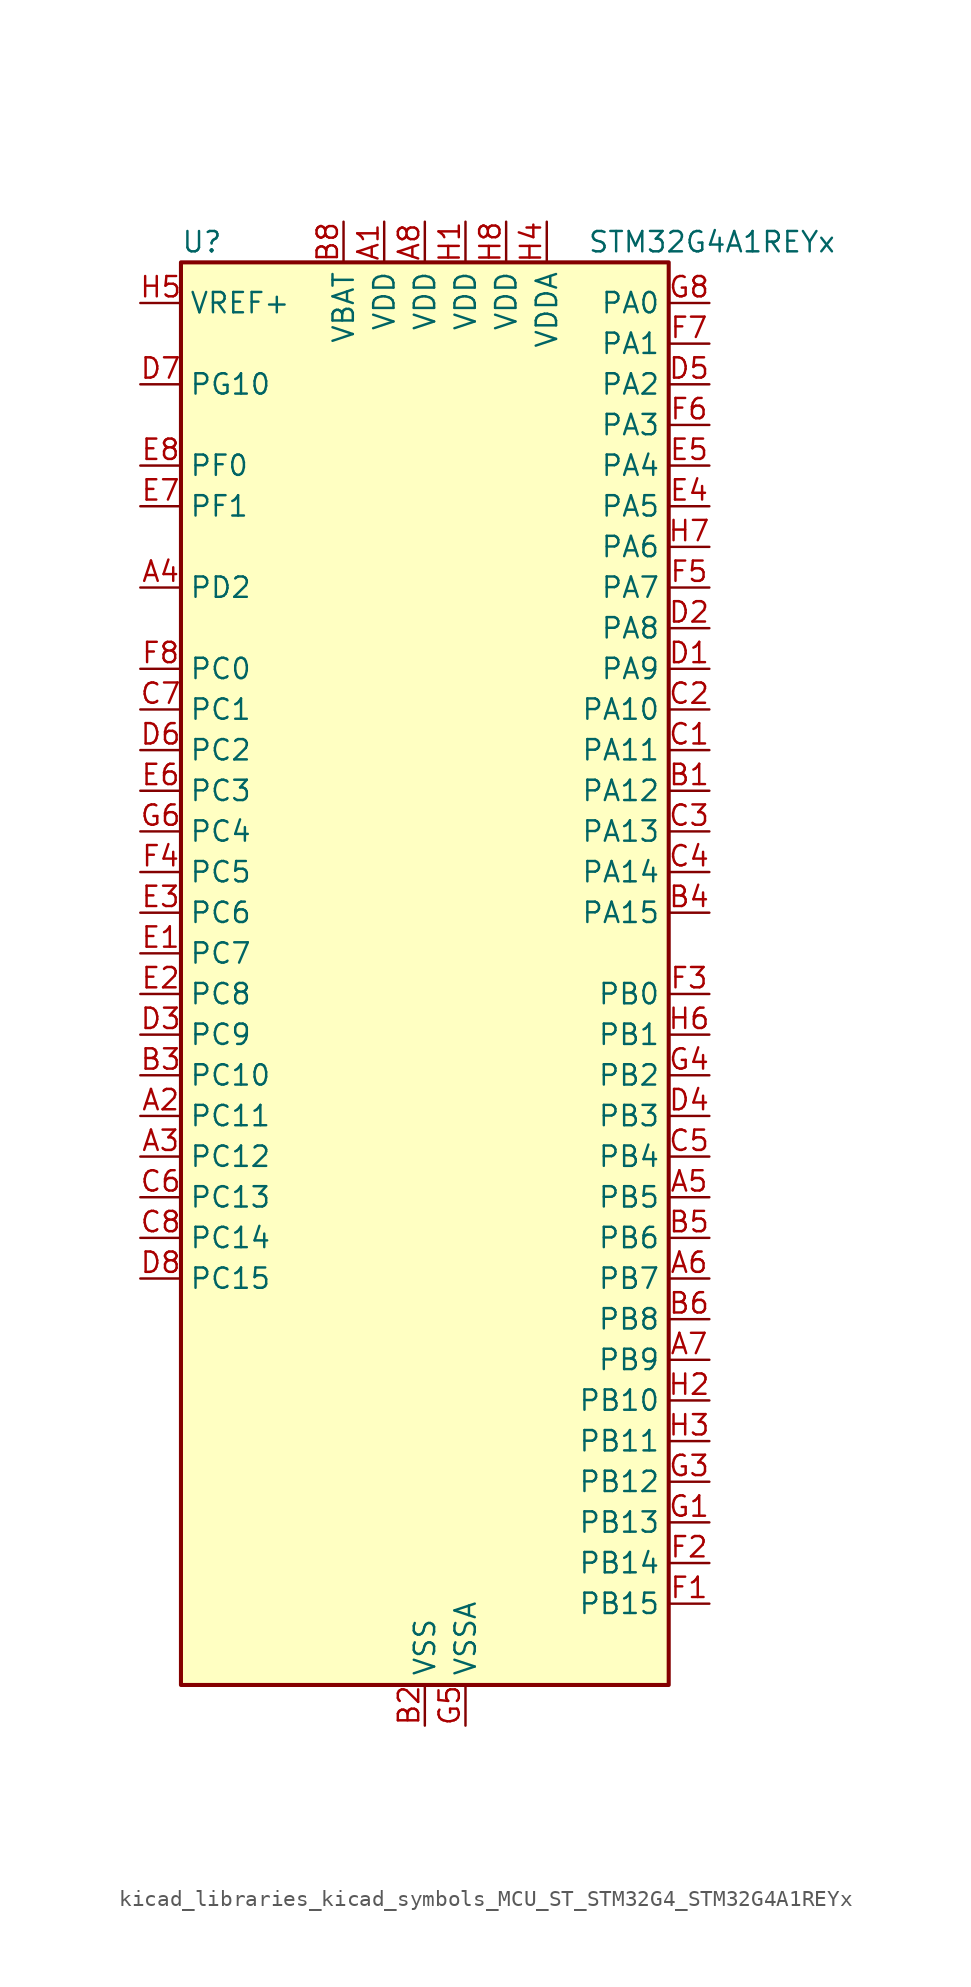
<source format=kicad_sym>
(kicad_symbol_lib
  (version 20220914)
  (generator kicad_symbol_editor)
  (symbol "kicad_libraries_kicad_symbols_MCU_ST_STM32G4_STM32G4A1REYx"
    (property "Reference" "U"
      (at -15.24 46.99 0)
      (effects (font (size 1.27 1.27)) (justify left)))
    (property "Value" "STM32G4A1REYx"
      (at 10.16 46.99 0)
      (effects (font (size 1.27 1.27)) (justify left)))
    (property "ki_locked" ""
      (at 0 0 0)
      (effects (font (size 1.27 1.27))))
    (symbol "kicad_libraries_kicad_symbols_MCU_ST_STM32G4_STM32G4A1REYx_0_1"
      (rectangle (start -15.24 -43.18) (end 15.24 45.72) (stroke (width 0.254) (type default)) (fill (type background))))
    (symbol "kicad_libraries_kicad_symbols_MCU_ST_STM32G4_STM32G4A1REYx_1_1"
      (pin power_in line (at -2.54 48.26 270) (length 2.54) (name "VDD" (effects (font (size 1.27 1.27)))) (number "A1" (effects (font (size 1.27 1.27)))))
      (pin bidirectional line (at -17.78 -7.62 0) (length 2.54) (name "PC11" (effects (font (size 1.27 1.27)))) (number "A2" (effects (font (size 1.27 1.27)))) (alternate "ADC1_EXTI11" bidirectional line) (alternate "ADC2_EXTI11" bidirectional line) (alternate "I2C3_SDA" bidirectional line) (alternate "SPI3_MISO" bidirectional line) (alternate "TIM8_CH2N" bidirectional line) (alternate "UART4_RX" bidirectional line) (alternate "USART3_RX" bidirectional line))
      (pin bidirectional line (at -17.78 -10.16 0) (length 2.54) (name "PC12" (effects (font (size 1.27 1.27)))) (number "A3" (effects (font (size 1.27 1.27)))) (alternate "I2S3_SD" bidirectional line) (alternate "SPI3_MOSI" bidirectional line) (alternate "TIM8_CH3N" bidirectional line) (alternate "UART5_TX" bidirectional line) (alternate "UCPD1_FRSTX1" bidirectional line) (alternate "UCPD1_FRSTX2" bidirectional line) (alternate "USART3_CK" bidirectional line))
      (pin bidirectional line (at -17.78 25.4 0) (length 2.54) (name "PD2" (effects (font (size 1.27 1.27)))) (number "A4" (effects (font (size 1.27 1.27)))) (alternate "ADC3_EXTI2" bidirectional line) (alternate "TIM3_ETR" bidirectional line) (alternate "TIM8_BKIN" bidirectional line) (alternate "UART5_RX" bidirectional line))
      (pin bidirectional line (at 17.78 -12.7 180) (length 2.54) (name "PB5" (effects (font (size 1.27 1.27)))) (number "A5" (effects (font (size 1.27 1.27)))) (alternate "FDCAN2_RX" bidirectional line) (alternate "I2C1_SMBA" bidirectional line) (alternate "I2C3_SDA" bidirectional line) (alternate "I2S3_SD" bidirectional line) (alternate "LPTIM1_IN1" bidirectional line) (alternate "SAI1_SD_B" bidirectional line) (alternate "SPI1_MOSI" bidirectional line) (alternate "SPI3_MOSI" bidirectional line) (alternate "TIM16_BKIN" bidirectional line) (alternate "TIM17_CH1" bidirectional line) (alternate "TIM3_CH2" bidirectional line) (alternate "TIM8_CH3N" bidirectional line) (alternate "UART5_CTS" bidirectional line) (alternate "USART2_CK" bidirectional line))
      (pin bidirectional line (at 17.78 -17.78 180) (length 2.54) (name "PB7" (effects (font (size 1.27 1.27)))) (number "A6" (effects (font (size 1.27 1.27)))) (alternate "COMP3_OUT" bidirectional line) (alternate "I2C1_SDA" bidirectional line) (alternate "LPTIM1_IN2" bidirectional line) (alternate "SYS_PVD_IN" bidirectional line) (alternate "TIM17_CH1N" bidirectional line) (alternate "TIM3_CH4" bidirectional line) (alternate "TIM4_CH2" bidirectional line) (alternate "TIM8_BKIN" bidirectional line) (alternate "UART4_CTS" bidirectional line) (alternate "USART1_RX" bidirectional line))
      (pin bidirectional line (at 17.78 -22.86 180) (length 2.54) (name "PB9" (effects (font (size 1.27 1.27)))) (number "A7" (effects (font (size 1.27 1.27)))) (alternate "COMP2_OUT" bidirectional line) (alternate "DAC1_EXTI9" bidirectional line) (alternate "DAC3_EXTI9" bidirectional line) (alternate "FDCAN1_TX" bidirectional line) (alternate "I2C1_SDA" bidirectional line) (alternate "IR_OUT" bidirectional line) (alternate "SAI1_D2" bidirectional line) (alternate "SAI1_FS_A" bidirectional line) (alternate "TIM17_CH1" bidirectional line) (alternate "TIM1_CH3N" bidirectional line) (alternate "TIM4_CH4" bidirectional line) (alternate "TIM8_CH3" bidirectional line) (alternate "USART3_TX" bidirectional line))
      (pin power_in line (at 0 48.26 270) (length 2.54) (name "VDD" (effects (font (size 1.27 1.27)))) (number "A8" (effects (font (size 1.27 1.27)))))
      (pin bidirectional line (at 17.78 12.7 180) (length 2.54) (name "PA12" (effects (font (size 1.27 1.27)))) (number "B1" (effects (font (size 1.27 1.27)))) (alternate "COMP2_OUT" bidirectional line) (alternate "FDCAN1_TX" bidirectional line) (alternate "I2S_CKIN" bidirectional line) (alternate "TIM16_CH1" bidirectional line) (alternate "TIM1_CH2N" bidirectional line) (alternate "TIM1_ETR" bidirectional line) (alternate "TIM4_CH2" bidirectional line) (alternate "USART1_DE" bidirectional line) (alternate "USART1_RTS" bidirectional line) (alternate "USB_DP" bidirectional line))
      (pin power_in line (at 0 -45.72 90) (length 2.54) (name "VSS" (effects (font (size 1.27 1.27)))) (number "B2" (effects (font (size 1.27 1.27)))))
      (pin bidirectional line (at -17.78 -5.08 0) (length 2.54) (name "PC10" (effects (font (size 1.27 1.27)))) (number "B3" (effects (font (size 1.27 1.27)))) (alternate "DAC1_EXTI10" bidirectional line) (alternate "DAC3_EXTI10" bidirectional line) (alternate "I2S3_CK" bidirectional line) (alternate "SPI3_SCK" bidirectional line) (alternate "TIM8_CH1N" bidirectional line) (alternate "UART4_TX" bidirectional line) (alternate "USART3_TX" bidirectional line))
      (pin bidirectional line (at 17.78 5.08 180) (length 2.54) (name "PA15" (effects (font (size 1.27 1.27)))) (number "B4" (effects (font (size 1.27 1.27)))) (alternate "ADC1_EXTI15" bidirectional line) (alternate "ADC2_EXTI15" bidirectional line) (alternate "I2C1_SCL" bidirectional line) (alternate "I2S3_WS" bidirectional line) (alternate "SPI1_NSS" bidirectional line) (alternate "SPI3_NSS" bidirectional line) (alternate "SYS_JTDI" bidirectional line) (alternate "TIM1_BKIN" bidirectional line) (alternate "TIM20_ETR" bidirectional line) (alternate "TIM2_CH1" bidirectional line) (alternate "TIM2_ETR" bidirectional line) (alternate "TIM8_CH1" bidirectional line) (alternate "UART4_DE" bidirectional line) (alternate "UART4_RTS" bidirectional line) (alternate "USART2_RX" bidirectional line))
      (pin bidirectional line (at 17.78 -15.24 180) (length 2.54) (name "PB6" (effects (font (size 1.27 1.27)))) (number "B5" (effects (font (size 1.27 1.27)))) (alternate "COMP4_OUT" bidirectional line) (alternate "FDCAN2_TX" bidirectional line) (alternate "LPTIM1_ETR" bidirectional line) (alternate "SAI1_FS_B" bidirectional line) (alternate "TIM16_CH1N" bidirectional line) (alternate "TIM4_CH1" bidirectional line) (alternate "TIM8_BKIN2" bidirectional line) (alternate "TIM8_CH1" bidirectional line) (alternate "TIM8_ETR" bidirectional line) (alternate "UCPD1_CC1" bidirectional line) (alternate "USART1_TX" bidirectional line))
      (pin bidirectional line (at 17.78 -20.32 180) (length 2.54) (name "PB8" (effects (font (size 1.27 1.27)))) (number "B6" (effects (font (size 1.27 1.27)))) (alternate "COMP1_OUT" bidirectional line) (alternate "FDCAN1_RX" bidirectional line) (alternate "I2C1_SCL" bidirectional line) (alternate "SAI1_CK1" bidirectional line) (alternate "SAI1_MCLK_A" bidirectional line) (alternate "TIM16_CH1" bidirectional line) (alternate "TIM1_BKIN" bidirectional line) (alternate "TIM4_CH3" bidirectional line) (alternate "TIM8_CH2" bidirectional line) (alternate "USART3_RX" bidirectional line))
      (pin passive line (at 0 -45.72 90) (length 2.54) hide (name "VSS" (effects (font (size 1.27 1.27)))) (number "B7" (effects (font (size 1.27 1.27)))))
      (pin power_in line (at -5.08 48.26 270) (length 2.54) (name "VBAT" (effects (font (size 1.27 1.27)))) (number "B8" (effects (font (size 1.27 1.27)))))
      (pin bidirectional line (at 17.78 15.24 180) (length 2.54) (name "PA11" (effects (font (size 1.27 1.27)))) (number "C1" (effects (font (size 1.27 1.27)))) (alternate "ADC1_EXTI11" bidirectional line) (alternate "ADC2_EXTI11" bidirectional line) (alternate "COMP1_OUT" bidirectional line) (alternate "FDCAN1_RX" bidirectional line) (alternate "I2S2_SD" bidirectional line) (alternate "SPI2_MOSI" bidirectional line) (alternate "TIM1_BKIN2" bidirectional line) (alternate "TIM1_CH1N" bidirectional line) (alternate "TIM1_CH4" bidirectional line) (alternate "TIM4_CH1" bidirectional line) (alternate "USART1_CTS" bidirectional line) (alternate "USART1_NSS" bidirectional line) (alternate "USB_DM" bidirectional line))
      (pin bidirectional line (at 17.78 17.78 180) (length 2.54) (name "PA10" (effects (font (size 1.27 1.27)))) (number "C2" (effects (font (size 1.27 1.27)))) (alternate "CRS_SYNC" bidirectional line) (alternate "DAC1_EXTI10" bidirectional line) (alternate "DAC3_EXTI10" bidirectional line) (alternate "I2C2_SMBA" bidirectional line) (alternate "SAI1_D1" bidirectional line) (alternate "SAI1_SD_A" bidirectional line) (alternate "SPI2_MISO" bidirectional line) (alternate "TIM17_BKIN" bidirectional line) (alternate "TIM1_CH3" bidirectional line) (alternate "TIM2_CH4" bidirectional line) (alternate "TIM8_BKIN" bidirectional line) (alternate "UCPD1_DBCC2" bidirectional line) (alternate "USART1_RX" bidirectional line))
      (pin bidirectional line (at 17.78 10.16 180) (length 2.54) (name "PA13" (effects (font (size 1.27 1.27)))) (number "C3" (effects (font (size 1.27 1.27)))) (alternate "I2C1_SCL" bidirectional line) (alternate "IR_OUT" bidirectional line) (alternate "SAI1_SD_B" bidirectional line) (alternate "SYS_JTMS-SWDIO" bidirectional line) (alternate "TIM16_CH1N" bidirectional line) (alternate "TIM4_CH3" bidirectional line) (alternate "USART3_CTS" bidirectional line) (alternate "USART3_NSS" bidirectional line))
      (pin bidirectional line (at 17.78 7.62 180) (length 2.54) (name "PA14" (effects (font (size 1.27 1.27)))) (number "C4" (effects (font (size 1.27 1.27)))) (alternate "I2C1_SDA" bidirectional line) (alternate "LPTIM1_OUT" bidirectional line) (alternate "SAI1_FS_B" bidirectional line) (alternate "SYS_JTCK-SWCLK" bidirectional line) (alternate "TIM1_BKIN" bidirectional line) (alternate "TIM8_CH2" bidirectional line) (alternate "USART2_TX" bidirectional line))
      (pin bidirectional line (at 17.78 -10.16 180) (length 2.54) (name "PB4" (effects (font (size 1.27 1.27)))) (number "C5" (effects (font (size 1.27 1.27)))) (alternate "SAI1_MCLK_B" bidirectional line) (alternate "SPI1_MISO" bidirectional line) (alternate "SPI3_MISO" bidirectional line) (alternate "SYS_JTRST" bidirectional line) (alternate "TIM16_CH1" bidirectional line) (alternate "TIM17_BKIN" bidirectional line) (alternate "TIM3_CH1" bidirectional line) (alternate "TIM8_CH2N" bidirectional line) (alternate "UART5_DE" bidirectional line) (alternate "UART5_RTS" bidirectional line) (alternate "UCPD1_CC2" bidirectional line) (alternate "USART2_RX" bidirectional line))
      (pin bidirectional line (at -17.78 -12.7 0) (length 2.54) (name "PC13" (effects (font (size 1.27 1.27)))) (number "C6" (effects (font (size 1.27 1.27)))) (alternate "RTC_OUT1" bidirectional line) (alternate "RTC_TAMP1" bidirectional line) (alternate "RTC_TS" bidirectional line) (alternate "SYS_WKUP2" bidirectional line) (alternate "TIM1_BKIN" bidirectional line) (alternate "TIM1_CH1N" bidirectional line) (alternate "TIM8_CH4N" bidirectional line))
      (pin bidirectional line (at -17.78 17.78 0) (length 2.54) (name "PC1" (effects (font (size 1.27 1.27)))) (number "C7" (effects (font (size 1.27 1.27)))) (alternate "ADC1_IN7" bidirectional line) (alternate "ADC2_IN7" bidirectional line) (alternate "COMP3_INP" bidirectional line) (alternate "LPTIM1_OUT" bidirectional line) (alternate "LPUART1_TX" bidirectional line) (alternate "QUADSPI1_BK2_IO0" bidirectional line) (alternate "SAI1_SD_A" bidirectional line) (alternate "TIM1_CH2" bidirectional line))
      (pin bidirectional line (at -17.78 -15.24 0) (length 2.54) (name "PC14" (effects (font (size 1.27 1.27)))) (number "C8" (effects (font (size 1.27 1.27)))) (alternate "RCC_OSC32_IN" bidirectional line))
      (pin bidirectional line (at 17.78 20.32 180) (length 2.54) (name "PA9" (effects (font (size 1.27 1.27)))) (number "D1" (effects (font (size 1.27 1.27)))) (alternate "DAC1_EXTI9" bidirectional line) (alternate "DAC3_EXTI9" bidirectional line) (alternate "I2C2_SCL" bidirectional line) (alternate "I2C3_SMBA" bidirectional line) (alternate "I2S3_MCK" bidirectional line) (alternate "SAI1_FS_A" bidirectional line) (alternate "TIM15_BKIN" bidirectional line) (alternate "TIM1_CH2" bidirectional line) (alternate "TIM2_CH3" bidirectional line) (alternate "UCPD1_DBCC1" bidirectional line) (alternate "USART1_TX" bidirectional line))
      (pin bidirectional line (at 17.78 22.86 180) (length 2.54) (name "PA8" (effects (font (size 1.27 1.27)))) (number "D2" (effects (font (size 1.27 1.27)))) (alternate "I2C2_SDA" bidirectional line) (alternate "I2C3_SCL" bidirectional line) (alternate "I2S2_MCK" bidirectional line) (alternate "RCC_MCO" bidirectional line) (alternate "SAI1_CK2" bidirectional line) (alternate "SAI1_SCK_A" bidirectional line) (alternate "TIM1_CH1" bidirectional line) (alternate "TIM4_ETR" bidirectional line) (alternate "USART1_CK" bidirectional line))
      (pin bidirectional line (at -17.78 -2.54 0) (length 2.54) (name "PC9" (effects (font (size 1.27 1.27)))) (number "D3" (effects (font (size 1.27 1.27)))) (alternate "DAC1_EXTI9" bidirectional line) (alternate "DAC3_EXTI9" bidirectional line) (alternate "I2C3_SDA" bidirectional line) (alternate "I2S_CKIN" bidirectional line) (alternate "TIM3_CH4" bidirectional line) (alternate "TIM8_BKIN2" bidirectional line) (alternate "TIM8_CH4" bidirectional line))
      (pin bidirectional line (at 17.78 -7.62 180) (length 2.54) (name "PB3" (effects (font (size 1.27 1.27)))) (number "D4" (effects (font (size 1.27 1.27)))) (alternate "ADC3_EXTI3" bidirectional line) (alternate "CRS_SYNC" bidirectional line) (alternate "I2S3_CK" bidirectional line) (alternate "SAI1_SCK_B" bidirectional line) (alternate "SPI1_SCK" bidirectional line) (alternate "SPI3_SCK" bidirectional line) (alternate "SYS_JTDO-SWO" bidirectional line) (alternate "TIM2_CH2" bidirectional line) (alternate "TIM3_ETR" bidirectional line) (alternate "TIM4_ETR" bidirectional line) (alternate "TIM8_CH1N" bidirectional line) (alternate "USART2_TX" bidirectional line))
      (pin bidirectional line (at 17.78 38.1 180) (length 2.54) (name "PA2" (effects (font (size 1.27 1.27)))) (number "D5" (effects (font (size 1.27 1.27)))) (alternate "ADC1_IN3" bidirectional line) (alternate "ADC3_EXTI2" bidirectional line) (alternate "COMP2_INM" bidirectional line) (alternate "COMP2_OUT" bidirectional line) (alternate "LPUART1_TX" bidirectional line) (alternate "OPAMP1_VOUT" bidirectional line) (alternate "QUADSPI1_BK1_NCS" bidirectional line) (alternate "RCC_LSCO" bidirectional line) (alternate "SYS_WKUP4" bidirectional line) (alternate "TIM15_CH1" bidirectional line) (alternate "TIM2_CH3" bidirectional line) (alternate "UCPD1_FRSTX1" bidirectional line) (alternate "UCPD1_FRSTX2" bidirectional line) (alternate "USART2_TX" bidirectional line))
      (pin bidirectional line (at -17.78 15.24 0) (length 2.54) (name "PC2" (effects (font (size 1.27 1.27)))) (number "D6" (effects (font (size 1.27 1.27)))) (alternate "ADC1_IN8" bidirectional line) (alternate "ADC2_IN8" bidirectional line) (alternate "ADC3_EXTI2" bidirectional line) (alternate "COMP3_OUT" bidirectional line) (alternate "LPTIM1_IN2" bidirectional line) (alternate "QUADSPI1_BK2_IO1" bidirectional line) (alternate "TIM1_CH3" bidirectional line) (alternate "TIM20_CH2" bidirectional line))
      (pin bidirectional line (at -17.78 38.1 0) (length 2.54) (name "PG10" (effects (font (size 1.27 1.27)))) (number "D7" (effects (font (size 1.27 1.27)))) (alternate "DAC1_EXTI10" bidirectional line) (alternate "DAC3_EXTI10" bidirectional line) (alternate "RCC_MCO" bidirectional line))
      (pin bidirectional line (at -17.78 -17.78 0) (length 2.54) (name "PC15" (effects (font (size 1.27 1.27)))) (number "D8" (effects (font (size 1.27 1.27)))) (alternate "ADC1_EXTI15" bidirectional line) (alternate "ADC2_EXTI15" bidirectional line) (alternate "RCC_OSC32_OUT" bidirectional line))
      (pin bidirectional line (at -17.78 2.54 0) (length 2.54) (name "PC7" (effects (font (size 1.27 1.27)))) (number "E1" (effects (font (size 1.27 1.27)))) (alternate "I2S3_MCK" bidirectional line) (alternate "TIM3_CH2" bidirectional line) (alternate "TIM8_CH2" bidirectional line))
      (pin bidirectional line (at -17.78 0 0) (length 2.54) (name "PC8" (effects (font (size 1.27 1.27)))) (number "E2" (effects (font (size 1.27 1.27)))) (alternate "I2C3_SCL" bidirectional line) (alternate "TIM20_CH3" bidirectional line) (alternate "TIM3_CH3" bidirectional line) (alternate "TIM8_CH3" bidirectional line))
      (pin bidirectional line (at -17.78 5.08 0) (length 2.54) (name "PC6" (effects (font (size 1.27 1.27)))) (number "E3" (effects (font (size 1.27 1.27)))) (alternate "I2S2_MCK" bidirectional line) (alternate "TIM3_CH1" bidirectional line) (alternate "TIM8_CH1" bidirectional line))
      (pin bidirectional line (at 17.78 30.48 180) (length 2.54) (name "PA5" (effects (font (size 1.27 1.27)))) (number "E4" (effects (font (size 1.27 1.27)))) (alternate "ADC2_IN13" bidirectional line) (alternate "COMP2_INM" bidirectional line) (alternate "DAC1_OUT2" bidirectional line) (alternate "OPAMP2_VINM" bidirectional line) (alternate "OPAMP2_VINM0" bidirectional line) (alternate "OPAMP2_VINM_SEC" bidirectional line) (alternate "SPI1_SCK" bidirectional line) (alternate "TIM2_CH1" bidirectional line) (alternate "TIM2_ETR" bidirectional line) (alternate "UCPD1_FRSTX1" bidirectional line) (alternate "UCPD1_FRSTX2" bidirectional line))
      (pin bidirectional line (at 17.78 33.02 180) (length 2.54) (name "PA4" (effects (font (size 1.27 1.27)))) (number "E5" (effects (font (size 1.27 1.27)))) (alternate "ADC2_IN17" bidirectional line) (alternate "COMP1_INM" bidirectional line) (alternate "DAC1_OUT1" bidirectional line) (alternate "I2S3_WS" bidirectional line) (alternate "SAI1_FS_B" bidirectional line) (alternate "SPI1_NSS" bidirectional line) (alternate "SPI3_NSS" bidirectional line) (alternate "TIM3_CH2" bidirectional line) (alternate "USART2_CK" bidirectional line))
      (pin bidirectional line (at -17.78 12.7 0) (length 2.54) (name "PC3" (effects (font (size 1.27 1.27)))) (number "E6" (effects (font (size 1.27 1.27)))) (alternate "ADC1_IN9" bidirectional line) (alternate "ADC2_IN9" bidirectional line) (alternate "ADC3_EXTI3" bidirectional line) (alternate "LPTIM1_ETR" bidirectional line) (alternate "QUADSPI1_BK2_IO2" bidirectional line) (alternate "SAI1_D1" bidirectional line) (alternate "SAI1_SD_A" bidirectional line) (alternate "TIM1_BKIN2" bidirectional line) (alternate "TIM1_CH4" bidirectional line))
      (pin bidirectional line (at -17.78 30.48 0) (length 2.54) (name "PF1" (effects (font (size 1.27 1.27)))) (number "E7" (effects (font (size 1.27 1.27)))) (alternate "ADC2_IN10" bidirectional line) (alternate "COMP3_INM" bidirectional line) (alternate "I2S2_CK" bidirectional line) (alternate "RCC_OSC_OUT" bidirectional line) (alternate "SPI2_SCK" bidirectional line))
      (pin bidirectional line (at -17.78 33.02 0) (length 2.54) (name "PF0" (effects (font (size 1.27 1.27)))) (number "E8" (effects (font (size 1.27 1.27)))) (alternate "ADC1_IN10" bidirectional line) (alternate "I2C2_SDA" bidirectional line) (alternate "I2S2_WS" bidirectional line) (alternate "RCC_OSC_IN" bidirectional line) (alternate "SPI2_NSS" bidirectional line) (alternate "TIM1_CH3N" bidirectional line))
      (pin bidirectional line (at 17.78 -38.1 180) (length 2.54) (name "PB15" (effects (font (size 1.27 1.27)))) (number "F1" (effects (font (size 1.27 1.27)))) (alternate "ADC1_EXTI15" bidirectional line) (alternate "ADC2_EXTI15" bidirectional line) (alternate "ADC2_IN15" bidirectional line) (alternate "COMP3_OUT" bidirectional line) (alternate "I2S2_SD" bidirectional line) (alternate "RTC_REFIN" bidirectional line) (alternate "SPI2_MOSI" bidirectional line) (alternate "TIM15_CH1N" bidirectional line) (alternate "TIM15_CH2" bidirectional line) (alternate "TIM1_CH3N" bidirectional line))
      (pin bidirectional line (at 17.78 -35.56 180) (length 2.54) (name "PB14" (effects (font (size 1.27 1.27)))) (number "F2" (effects (font (size 1.27 1.27)))) (alternate "ADC1_IN5" bidirectional line) (alternate "COMP4_OUT" bidirectional line) (alternate "OPAMP2_VINP" bidirectional line) (alternate "OPAMP2_VINP_SEC" bidirectional line) (alternate "SPI2_MISO" bidirectional line) (alternate "TIM15_CH1" bidirectional line) (alternate "TIM1_CH2N" bidirectional line) (alternate "USART3_DE" bidirectional line) (alternate "USART3_RTS" bidirectional line))
      (pin bidirectional line (at 17.78 0 180) (length 2.54) (name "PB0" (effects (font (size 1.27 1.27)))) (number "F3" (effects (font (size 1.27 1.27)))) (alternate "ADC1_IN15" bidirectional line) (alternate "ADC3_IN12" bidirectional line) (alternate "COMP4_INP" bidirectional line) (alternate "OPAMP2_VINP" bidirectional line) (alternate "OPAMP2_VINP_SEC" bidirectional line) (alternate "OPAMP3_VINP" bidirectional line) (alternate "OPAMP3_VINP_SEC" bidirectional line) (alternate "QUADSPI1_BK1_IO1" bidirectional line) (alternate "TIM1_CH2N" bidirectional line) (alternate "TIM3_CH3" bidirectional line) (alternate "TIM8_CH2N" bidirectional line) (alternate "UCPD1_FRSTX1" bidirectional line) (alternate "UCPD1_FRSTX2" bidirectional line))
      (pin bidirectional line (at -17.78 7.62 0) (length 2.54) (name "PC5" (effects (font (size 1.27 1.27)))) (number "F4" (effects (font (size 1.27 1.27)))) (alternate "ADC2_IN11" bidirectional line) (alternate "OPAMP1_VINM" bidirectional line) (alternate "OPAMP1_VINM1" bidirectional line) (alternate "OPAMP1_VINM_SEC" bidirectional line) (alternate "OPAMP2_VINM" bidirectional line) (alternate "OPAMP2_VINM1" bidirectional line) (alternate "OPAMP2_VINM_SEC" bidirectional line) (alternate "SAI1_D3" bidirectional line) (alternate "SYS_WKUP5" bidirectional line) (alternate "TIM15_BKIN" bidirectional line) (alternate "TIM1_CH4N" bidirectional line) (alternate "USART1_RX" bidirectional line))
      (pin bidirectional line (at 17.78 25.4 180) (length 2.54) (name "PA7" (effects (font (size 1.27 1.27)))) (number "F5" (effects (font (size 1.27 1.27)))) (alternate "ADC2_IN4" bidirectional line) (alternate "COMP2_INP" bidirectional line) (alternate "COMP2_OUT" bidirectional line) (alternate "OPAMP1_VINP" bidirectional line) (alternate "OPAMP1_VINP_SEC" bidirectional line) (alternate "OPAMP2_VINP" bidirectional line) (alternate "OPAMP2_VINP_SEC" bidirectional line) (alternate "QUADSPI1_BK1_IO2" bidirectional line) (alternate "SPI1_MOSI" bidirectional line) (alternate "TIM17_CH1" bidirectional line) (alternate "TIM1_CH1N" bidirectional line) (alternate "TIM3_CH2" bidirectional line) (alternate "TIM8_CH1N" bidirectional line) (alternate "UCPD1_FRSTX1" bidirectional line) (alternate "UCPD1_FRSTX2" bidirectional line))
      (pin bidirectional line (at 17.78 35.56 180) (length 2.54) (name "PA3" (effects (font (size 1.27 1.27)))) (number "F6" (effects (font (size 1.27 1.27)))) (alternate "ADC1_IN4" bidirectional line) (alternate "ADC3_EXTI3" bidirectional line) (alternate "COMP2_INP" bidirectional line) (alternate "LPUART1_RX" bidirectional line) (alternate "OPAMP1_VINM" bidirectional line) (alternate "OPAMP1_VINM0" bidirectional line) (alternate "OPAMP1_VINM_SEC" bidirectional line) (alternate "OPAMP1_VINP" bidirectional line) (alternate "OPAMP1_VINP_SEC" bidirectional line) (alternate "QUADSPI1_CLK" bidirectional line) (alternate "SAI1_CK1" bidirectional line) (alternate "SAI1_MCLK_A" bidirectional line) (alternate "TIM15_CH2" bidirectional line) (alternate "TIM2_CH4" bidirectional line) (alternate "USART2_RX" bidirectional line))
      (pin bidirectional line (at 17.78 40.64 180) (length 2.54) (name "PA1" (effects (font (size 1.27 1.27)))) (number "F7" (effects (font (size 1.27 1.27)))) (alternate "ADC1_IN2" bidirectional line) (alternate "ADC2_IN2" bidirectional line) (alternate "COMP1_INP" bidirectional line) (alternate "OPAMP1_VINP" bidirectional line) (alternate "OPAMP1_VINP_SEC" bidirectional line) (alternate "OPAMP3_VINP" bidirectional line) (alternate "OPAMP3_VINP_SEC" bidirectional line) (alternate "OPAMP6_VINM" bidirectional line) (alternate "OPAMP6_VINM0" bidirectional line) (alternate "OPAMP6_VINM_SEC" bidirectional line) (alternate "RTC_REFIN" bidirectional line) (alternate "TIM15_CH1N" bidirectional line) (alternate "TIM2_CH2" bidirectional line) (alternate "USART2_DE" bidirectional line) (alternate "USART2_RTS" bidirectional line))
      (pin bidirectional line (at -17.78 20.32 0) (length 2.54) (name "PC0" (effects (font (size 1.27 1.27)))) (number "F8" (effects (font (size 1.27 1.27)))) (alternate "ADC1_IN6" bidirectional line) (alternate "ADC2_IN6" bidirectional line) (alternate "COMP3_INM" bidirectional line) (alternate "LPTIM1_IN1" bidirectional line) (alternate "LPUART1_RX" bidirectional line) (alternate "TIM1_CH1" bidirectional line))
      (pin bidirectional line (at 17.78 -33.02 180) (length 2.54) (name "PB13" (effects (font (size 1.27 1.27)))) (number "G1" (effects (font (size 1.27 1.27)))) (alternate "ADC3_IN5" bidirectional line) (alternate "FDCAN2_TX" bidirectional line) (alternate "I2S2_CK" bidirectional line) (alternate "LPUART1_CTS" bidirectional line) (alternate "OPAMP3_VINP" bidirectional line) (alternate "OPAMP3_VINP_SEC" bidirectional line) (alternate "OPAMP6_VINP" bidirectional line) (alternate "OPAMP6_VINP_SEC" bidirectional line) (alternate "SPI2_SCK" bidirectional line) (alternate "TIM1_CH1N" bidirectional line) (alternate "USART3_CTS" bidirectional line) (alternate "USART3_NSS" bidirectional line))
      (pin passive line (at 0 -45.72 90) (length 2.54) hide (name "VSS" (effects (font (size 1.27 1.27)))) (number "G2" (effects (font (size 1.27 1.27)))))
      (pin bidirectional line (at 17.78 -30.48 180) (length 2.54) (name "PB12" (effects (font (size 1.27 1.27)))) (number "G3" (effects (font (size 1.27 1.27)))) (alternate "ADC1_IN11" bidirectional line) (alternate "FDCAN2_RX" bidirectional line) (alternate "I2C2_SMBA" bidirectional line) (alternate "I2S2_WS" bidirectional line) (alternate "LPUART1_DE" bidirectional line) (alternate "LPUART1_RTS" bidirectional line) (alternate "OPAMP6_VINP" bidirectional line) (alternate "OPAMP6_VINP_SEC" bidirectional line) (alternate "SPI2_NSS" bidirectional line) (alternate "TIM1_BKIN" bidirectional line) (alternate "USART3_CK" bidirectional line))
      (pin bidirectional line (at 17.78 -5.08 180) (length 2.54) (name "PB2" (effects (font (size 1.27 1.27)))) (number "G4" (effects (font (size 1.27 1.27)))) (alternate "ADC2_IN12" bidirectional line) (alternate "ADC3_EXTI2" bidirectional line) (alternate "COMP4_INM" bidirectional line) (alternate "I2C3_SMBA" bidirectional line) (alternate "LPTIM1_OUT" bidirectional line) (alternate "OPAMP3_VINM" bidirectional line) (alternate "OPAMP3_VINM0" bidirectional line) (alternate "OPAMP3_VINM_SEC" bidirectional line) (alternate "QUADSPI1_BK2_IO1" bidirectional line) (alternate "RTC_OUT2" bidirectional line) (alternate "TIM20_CH1" bidirectional line))
      (pin power_in line (at 2.54 -45.72 90) (length 2.54) (name "VSSA" (effects (font (size 1.27 1.27)))) (number "G5" (effects (font (size 1.27 1.27)))))
      (pin bidirectional line (at -17.78 10.16 0) (length 2.54) (name "PC4" (effects (font (size 1.27 1.27)))) (number "G6" (effects (font (size 1.27 1.27)))) (alternate "ADC2_IN5" bidirectional line) (alternate "I2C2_SCL" bidirectional line) (alternate "QUADSPI1_BK2_IO3" bidirectional line) (alternate "TIM1_ETR" bidirectional line) (alternate "USART1_TX" bidirectional line))
      (pin passive line (at 0 -45.72 90) (length 2.54) hide (name "VSS" (effects (font (size 1.27 1.27)))) (number "G7" (effects (font (size 1.27 1.27)))))
      (pin bidirectional line (at 17.78 43.18 180) (length 2.54) (name "PA0" (effects (font (size 1.27 1.27)))) (number "G8" (effects (font (size 1.27 1.27)))) (alternate "ADC1_IN1" bidirectional line) (alternate "ADC2_IN1" bidirectional line) (alternate "COMP1_INM" bidirectional line) (alternate "COMP1_OUT" bidirectional line) (alternate "COMP3_INP" bidirectional line) (alternate "RTC_TAMP2" bidirectional line) (alternate "SYS_WKUP1" bidirectional line) (alternate "TIM2_CH1" bidirectional line) (alternate "TIM2_ETR" bidirectional line) (alternate "TIM8_BKIN" bidirectional line) (alternate "TIM8_ETR" bidirectional line) (alternate "USART2_CTS" bidirectional line) (alternate "USART2_NSS" bidirectional line))
      (pin power_in line (at 2.54 48.26 270) (length 2.54) (name "VDD" (effects (font (size 1.27 1.27)))) (number "H1" (effects (font (size 1.27 1.27)))))
      (pin bidirectional line (at 17.78 -25.4 180) (length 2.54) (name "PB10" (effects (font (size 1.27 1.27)))) (number "H2" (effects (font (size 1.27 1.27)))) (alternate "DAC1_EXTI10" bidirectional line) (alternate "DAC3_EXTI10" bidirectional line) (alternate "LPUART1_RX" bidirectional line) (alternate "OPAMP3_VINM" bidirectional line) (alternate "OPAMP3_VINM1" bidirectional line) (alternate "OPAMP3_VINM_SEC" bidirectional line) (alternate "QUADSPI1_CLK" bidirectional line) (alternate "SAI1_SCK_A" bidirectional line) (alternate "TIM1_BKIN" bidirectional line) (alternate "TIM2_CH3" bidirectional line) (alternate "USART3_TX" bidirectional line))
      (pin bidirectional line (at 17.78 -27.94 180) (length 2.54) (name "PB11" (effects (font (size 1.27 1.27)))) (number "H3" (effects (font (size 1.27 1.27)))) (alternate "ADC1_EXTI11" bidirectional line) (alternate "ADC1_IN14" bidirectional line) (alternate "ADC2_EXTI11" bidirectional line) (alternate "ADC2_IN14" bidirectional line) (alternate "LPUART1_TX" bidirectional line) (alternate "OPAMP6_VOUT" bidirectional line) (alternate "QUADSPI1_BK1_NCS" bidirectional line) (alternate "TIM2_CH4" bidirectional line) (alternate "USART3_RX" bidirectional line))
      (pin power_in line (at 7.62 48.26 270) (length 2.54) (name "VDDA" (effects (font (size 1.27 1.27)))) (number "H4" (effects (font (size 1.27 1.27)))))
      (pin input line (at -17.78 43.18 0) (length 2.54) (name "VREF+" (effects (font (size 1.27 1.27)))) (number "H5" (effects (font (size 1.27 1.27)))) (alternate "VREFBUF_OUT" bidirectional line))
      (pin bidirectional line (at 17.78 -2.54 180) (length 2.54) (name "PB1" (effects (font (size 1.27 1.27)))) (number "H6" (effects (font (size 1.27 1.27)))) (alternate "ADC1_IN12" bidirectional line) (alternate "ADC3_IN1" bidirectional line) (alternate "COMP1_INP" bidirectional line) (alternate "COMP4_OUT" bidirectional line) (alternate "LPUART1_DE" bidirectional line) (alternate "LPUART1_RTS" bidirectional line) (alternate "OPAMP3_VOUT" bidirectional line) (alternate "OPAMP6_VINM" bidirectional line) (alternate "OPAMP6_VINM1" bidirectional line) (alternate "OPAMP6_VINM_SEC" bidirectional line) (alternate "QUADSPI1_BK1_IO0" bidirectional line) (alternate "TIM1_CH3N" bidirectional line) (alternate "TIM3_CH4" bidirectional line) (alternate "TIM8_CH3N" bidirectional line))
      (pin bidirectional line (at 17.78 27.94 180) (length 2.54) (name "PA6" (effects (font (size 1.27 1.27)))) (number "H7" (effects (font (size 1.27 1.27)))) (alternate "ADC2_IN3" bidirectional line) (alternate "COMP1_OUT" bidirectional line) (alternate "LPUART1_CTS" bidirectional line) (alternate "OPAMP2_VOUT" bidirectional line) (alternate "QUADSPI1_BK1_IO3" bidirectional line) (alternate "SPI1_MISO" bidirectional line) (alternate "TIM16_CH1" bidirectional line) (alternate "TIM1_BKIN" bidirectional line) (alternate "TIM3_CH1" bidirectional line) (alternate "TIM8_BKIN" bidirectional line))
      (pin power_in line (at 5.08 48.26 270) (length 2.54) (name "VDD" (effects (font (size 1.27 1.27)))) (number "H8" (effects (font (size 1.27 1.27))))))))
</source>
